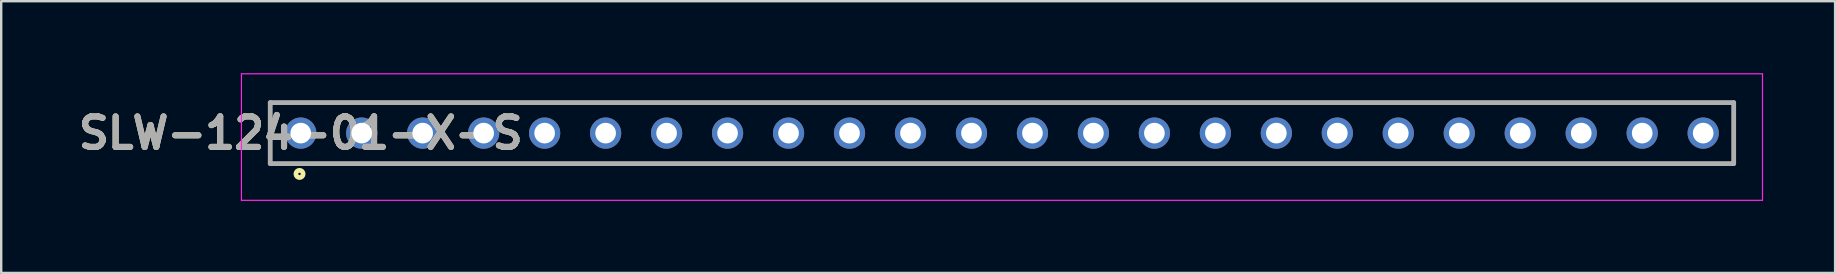
<source format=kicad_pcb>
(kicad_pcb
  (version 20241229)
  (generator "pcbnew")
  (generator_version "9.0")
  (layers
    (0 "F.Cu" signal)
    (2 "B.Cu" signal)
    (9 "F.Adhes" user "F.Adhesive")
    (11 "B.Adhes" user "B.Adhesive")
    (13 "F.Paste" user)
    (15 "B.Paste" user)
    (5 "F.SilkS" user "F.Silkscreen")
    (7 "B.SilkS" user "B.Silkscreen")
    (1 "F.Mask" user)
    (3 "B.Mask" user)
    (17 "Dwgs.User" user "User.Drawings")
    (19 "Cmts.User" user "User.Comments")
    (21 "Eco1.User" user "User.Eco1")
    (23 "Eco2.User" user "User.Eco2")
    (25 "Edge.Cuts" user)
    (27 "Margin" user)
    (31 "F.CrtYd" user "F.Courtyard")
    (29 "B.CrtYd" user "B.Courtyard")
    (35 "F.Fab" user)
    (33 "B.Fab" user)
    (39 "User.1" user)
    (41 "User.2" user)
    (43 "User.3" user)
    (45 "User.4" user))
  (footprint "SLW-124-01-X-S"
    (layer "F.Cu")
    (at 9.477 2.495)
    (property "Reference" "SLW-124-01-X-S" (at 0 0 0) (layer "F.SilkS") (effects (font (size 1.27 1.27) (thickness 0.254))))
    (attr through_hole)
    (fp_line (start -1.27 -1.27) (end 59.69 -1.27) (stroke (width 0.1) (type solid)) (layer "F.SilkS"))
    (fp_line (start -1.27 1.27) (end -1.27 -1.27) (stroke (width 0.1) (type solid)) (layer "F.SilkS"))
    (fp_line (start 59.69 -1.27) (end 59.69 1.27) (stroke (width 0.1) (type solid)) (layer "F.SilkS"))
    (fp_line (start 59.69 1.27) (end -1.27 1.27) (stroke (width 0.1) (type solid)) (layer "F.SilkS"))
    (fp_circle (center -0.05 1.7) (end -0.05 1.75) (stroke (width 0.2) (type solid)) (fill no) (layer "F.SilkS"))
    (fp_line (start -2.47 -2.47) (end 60.89 -2.47) (stroke (width 0.05) (type solid)) (layer "F.CrtYd"))
    (fp_line (start -2.47 2.8) (end -2.47 -2.47) (stroke (width 0.05) (type solid)) (layer "F.CrtYd"))
    (fp_line (start 60.89 -2.47) (end 60.89 2.8) (stroke (width 0.05) (type solid)) (layer "F.CrtYd"))
    (fp_line (start 60.89 2.8) (end -2.47 2.8) (stroke (width 0.05) (type solid)) (layer "F.CrtYd"))
    (fp_line (start -1.27 -1.27) (end 59.69 -1.27) (stroke (width 0.2) (type solid)) (layer "F.Fab"))
    (fp_line (start -1.27 1.27) (end -1.27 -1.27) (stroke (width 0.2) (type solid)) (layer "F.Fab"))
    (fp_line (start 59.69 -1.27) (end 59.69 1.27) (stroke (width 0.2) (type solid)) (layer "F.Fab"))
    (fp_line (start 59.69 1.27) (end -1.27 1.27) (stroke (width 0.2) (type solid)) (layer "F.Fab"))
    (fp_text user "${REFERENCE}" (at 0 0 0) (layer "F.Fab") (effects (font (size 1.27 1.27) (thickness 0.254))))
    (pad "1" thru_hole circle (at 0 0) (size 1.3 1.3) (drill 0.86) (layers "*.Cu" "*.Mask"))
    (pad "2" thru_hole circle (at 2.54 0) (size 1.3 1.3) (drill 0.86) (layers "*.Cu" "*.Mask"))
    (pad "3" thru_hole circle (at 5.08 0) (size 1.3 1.3) (drill 0.86) (layers "*.Cu" "*.Mask"))
    (pad "4" thru_hole circle (at 7.62 0) (size 1.3 1.3) (drill 0.86) (layers "*.Cu" "*.Mask"))
    (pad "5" thru_hole circle (at 10.16 0) (size 1.3 1.3) (drill 0.86) (layers "*.Cu" "*.Mask"))
    (pad "6" thru_hole circle (at 12.7 0) (size 1.3 1.3) (drill 0.86) (layers "*.Cu" "*.Mask"))
    (pad "7" thru_hole circle (at 15.24 0) (size 1.3 1.3) (drill 0.86) (layers "*.Cu" "*.Mask"))
    (pad "8" thru_hole circle (at 17.78 0) (size 1.3 1.3) (drill 0.86) (layers "*.Cu" "*.Mask"))
    (pad "9" thru_hole circle (at 20.32 0) (size 1.3 1.3) (drill 0.86) (layers "*.Cu" "*.Mask"))
    (pad "10" thru_hole circle (at 22.86 0) (size 1.3 1.3) (drill 0.86) (layers "*.Cu" "*.Mask"))
    (pad "11" thru_hole circle (at 25.4 0) (size 1.3 1.3) (drill 0.86) (layers "*.Cu" "*.Mask"))
    (pad "12" thru_hole circle (at 27.94 0) (size 1.3 1.3) (drill 0.86) (layers "*.Cu" "*.Mask"))
    (pad "13" thru_hole circle (at 30.48 0) (size 1.3 1.3) (drill 0.86) (layers "*.Cu" "*.Mask"))
    (pad "14" thru_hole circle (at 33.02 0) (size 1.3 1.3) (drill 0.86) (layers "*.Cu" "*.Mask"))
    (pad "15" thru_hole circle (at 35.56 0) (size 1.3 1.3) (drill 0.86) (layers "*.Cu" "*.Mask"))
    (pad "16" thru_hole circle (at 38.1 0) (size 1.3 1.3) (drill 0.86) (layers "*.Cu" "*.Mask"))
    (pad "17" thru_hole circle (at 40.64 0) (size 1.3 1.3) (drill 0.86) (layers "*.Cu" "*.Mask"))
    (pad "18" thru_hole circle (at 43.18 0) (size 1.3 1.3) (drill 0.86) (layers "*.Cu" "*.Mask"))
    (pad "19" thru_hole circle (at 45.72 0) (size 1.3 1.3) (drill 0.86) (layers "*.Cu" "*.Mask"))
    (pad "20" thru_hole circle (at 48.26 0) (size 1.3 1.3) (drill 0.86) (layers "*.Cu" "*.Mask"))
    (pad "21" thru_hole circle (at 50.8 0) (size 1.3 1.3) (drill 0.86) (layers "*.Cu" "*.Mask"))
    (pad "22" thru_hole circle (at 53.34 0) (size 1.3 1.3) (drill 0.86) (layers "*.Cu" "*.Mask"))
    (pad "23" thru_hole circle (at 55.88 0) (size 1.3 1.3) (drill 0.86) (layers "*.Cu" "*.Mask"))
    (pad "24" thru_hole circle (at 58.42 0) (size 1.3 1.3) (drill 0.86) (layers "*.Cu" "*.Mask")))
  (gr_rect
    (start -3 -3)
    (end 73.392 8.32)
    (stroke (width 0.1) (type default))
    (fill no)
    (layer "Edge.Cuts")))
</source>
